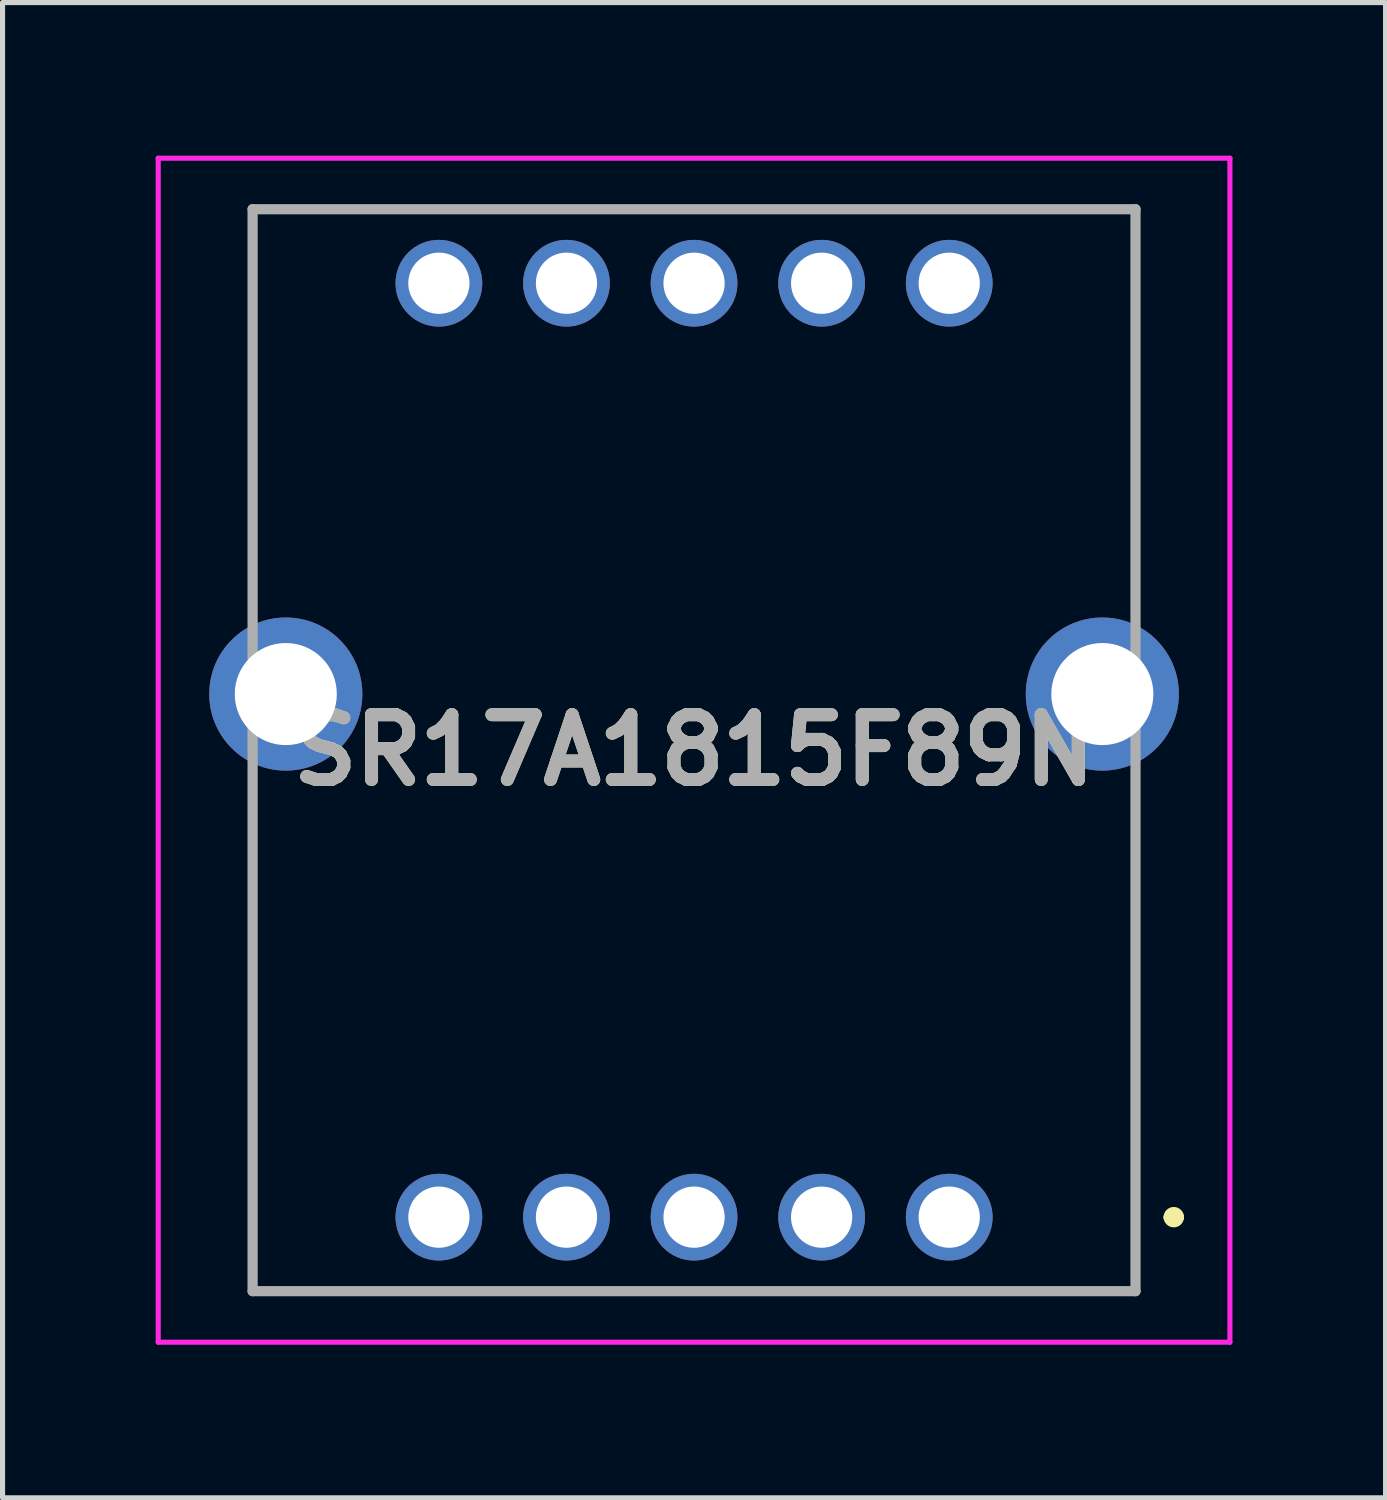
<source format=kicad_pcb>
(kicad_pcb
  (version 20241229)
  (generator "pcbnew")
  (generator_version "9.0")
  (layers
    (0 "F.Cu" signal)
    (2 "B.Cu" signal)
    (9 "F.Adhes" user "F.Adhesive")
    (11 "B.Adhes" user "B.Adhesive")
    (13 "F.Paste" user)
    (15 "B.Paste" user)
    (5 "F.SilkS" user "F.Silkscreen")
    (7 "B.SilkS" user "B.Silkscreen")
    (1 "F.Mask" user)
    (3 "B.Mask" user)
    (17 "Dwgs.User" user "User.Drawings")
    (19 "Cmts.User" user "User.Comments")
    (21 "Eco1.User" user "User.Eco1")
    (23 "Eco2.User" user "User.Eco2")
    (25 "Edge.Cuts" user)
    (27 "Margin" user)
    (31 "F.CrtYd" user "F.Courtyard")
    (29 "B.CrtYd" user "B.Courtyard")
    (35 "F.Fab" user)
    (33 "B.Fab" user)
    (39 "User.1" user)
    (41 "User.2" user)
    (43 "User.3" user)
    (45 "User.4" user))
  (footprint "SR17A1815F89N"
    (layer "F.Cu")
    (at 15.55 20.8)
    (property "Reference" "SR17A1815F89N" (at -5 -9.15 0) (layer "F.SilkS") (effects (font (size 1.27 1.27) (thickness 0.254))))
    (attr through_hole)
    (fp_line (start -13.65 -19.75) (end 3.65 -19.75) (stroke (width 0.1) (type solid)) (layer "F.SilkS"))
    (fp_line (start -13.65 -12.5) (end -13.65 -19.75) (stroke (width 0.1) (type solid)) (layer "F.SilkS"))
    (fp_line (start -13.65 -8) (end -13.65 1.45) (stroke (width 0.1) (type solid)) (layer "F.SilkS"))
    (fp_line (start -13.65 1.45) (end 3.65 1.45) (stroke (width 0.1) (type solid)) (layer "F.SilkS"))
    (fp_line (start 3.65 -19.75) (end 3.65 -12.5) (stroke (width 0.1) (type solid)) (layer "F.SilkS"))
    (fp_line (start 3.65 1.45) (end 3.65 -8) (stroke (width 0.1) (type solid)) (layer "F.SilkS"))
    (fp_line (start 4.3 0) (end 4.3 0) (stroke (width 0.2) (type solid)) (layer "F.SilkS"))
    (fp_line (start 4.5 0) (end 4.5 0) (stroke (width 0.2) (type solid)) (layer "F.SilkS"))
    (fp_arc (start 4.3 0) (mid 4.4 -0.1) (end 4.5 0) (stroke (width 0.2) (type solid)) (layer "F.SilkS"))
    (fp_arc (start 4.5 0) (mid 4.4 0.1) (end 4.3 0) (stroke (width 0.2) (type solid)) (layer "F.SilkS"))
    (fp_line (start -15.5 -20.75) (end 5.5 -20.75) (stroke (width 0.1) (type solid)) (layer "F.CrtYd"))
    (fp_line (start -15.5 2.45) (end -15.5 -20.75) (stroke (width 0.1) (type solid)) (layer "F.CrtYd"))
    (fp_line (start 5.5 -20.75) (end 5.5 2.45) (stroke (width 0.1) (type solid)) (layer "F.CrtYd"))
    (fp_line (start 5.5 2.45) (end -15.5 2.45) (stroke (width 0.1) (type solid)) (layer "F.CrtYd"))
    (fp_line (start -13.65 -19.75) (end 3.65 -19.75) (stroke (width 0.2) (type solid)) (layer "F.Fab"))
    (fp_line (start -13.65 1.45) (end -13.65 -19.75) (stroke (width 0.2) (type solid)) (layer "F.Fab"))
    (fp_line (start 3.65 -19.75) (end 3.65 1.45) (stroke (width 0.2) (type solid)) (layer "F.Fab"))
    (fp_line (start 3.65 1.45) (end -13.65 1.45) (stroke (width 0.2) (type solid)) (layer "F.Fab"))
    (fp_text user "${REFERENCE}" (at -5 -9.15 0) (layer "F.Fab") (effects (font (size 1.27 1.27) (thickness 0.254))))
    (pad "1" thru_hole circle (at 0 0) (size 1.7 1.7) (drill 1.2) (layers "*.Cu" "*.Mask"))
    (pad "2" thru_hole circle (at -2.5 0) (size 1.7 1.7) (drill 1.2) (layers "*.Cu" "*.Mask"))
    (pad "3" thru_hole circle (at -5 0) (size 1.7 1.7) (drill 1.2) (layers "*.Cu" "*.Mask"))
    (pad "4" thru_hole circle (at -7.5 0) (size 1.7 1.7) (drill 1.2) (layers "*.Cu" "*.Mask"))
    (pad "5" thru_hole circle (at -10 0) (size 1.7 1.7) (drill 1.2) (layers "*.Cu" "*.Mask"))
    (pad "6" thru_hole circle (at -10 -18.3) (size 1.7 1.7) (drill 1.2) (layers "*.Cu" "*.Mask"))
    (pad "7" thru_hole circle (at -7.5 -18.3) (size 1.7 1.7) (drill 1.2) (layers "*.Cu" "*.Mask"))
    (pad "8" thru_hole circle (at -5 -18.3) (size 1.7 1.7) (drill 1.2) (layers "*.Cu" "*.Mask"))
    (pad "9" thru_hole circle (at -2.5 -18.3) (size 1.7 1.7) (drill 1.2) (layers "*.Cu" "*.Mask"))
    (pad "10" thru_hole circle (at 0 -18.3) (size 1.7 1.7) (drill 1.2) (layers "*.Cu" "*.Mask"))
    (pad "MH1" thru_hole circle (at 3 -10.25) (size 3 3) (drill 2) (layers "*.Cu" "*.Mask"))
    (pad "MH2" thru_hole circle (at -13 -10.25) (size 3 3) (drill 2) (layers "*.Cu" "*.Mask")))
  (gr_rect
    (start -3 -3)
    (end 24.1 26.3)
    (stroke (width 0.1) (type default))
    (fill no)
    (layer "Edge.Cuts")))
</source>
